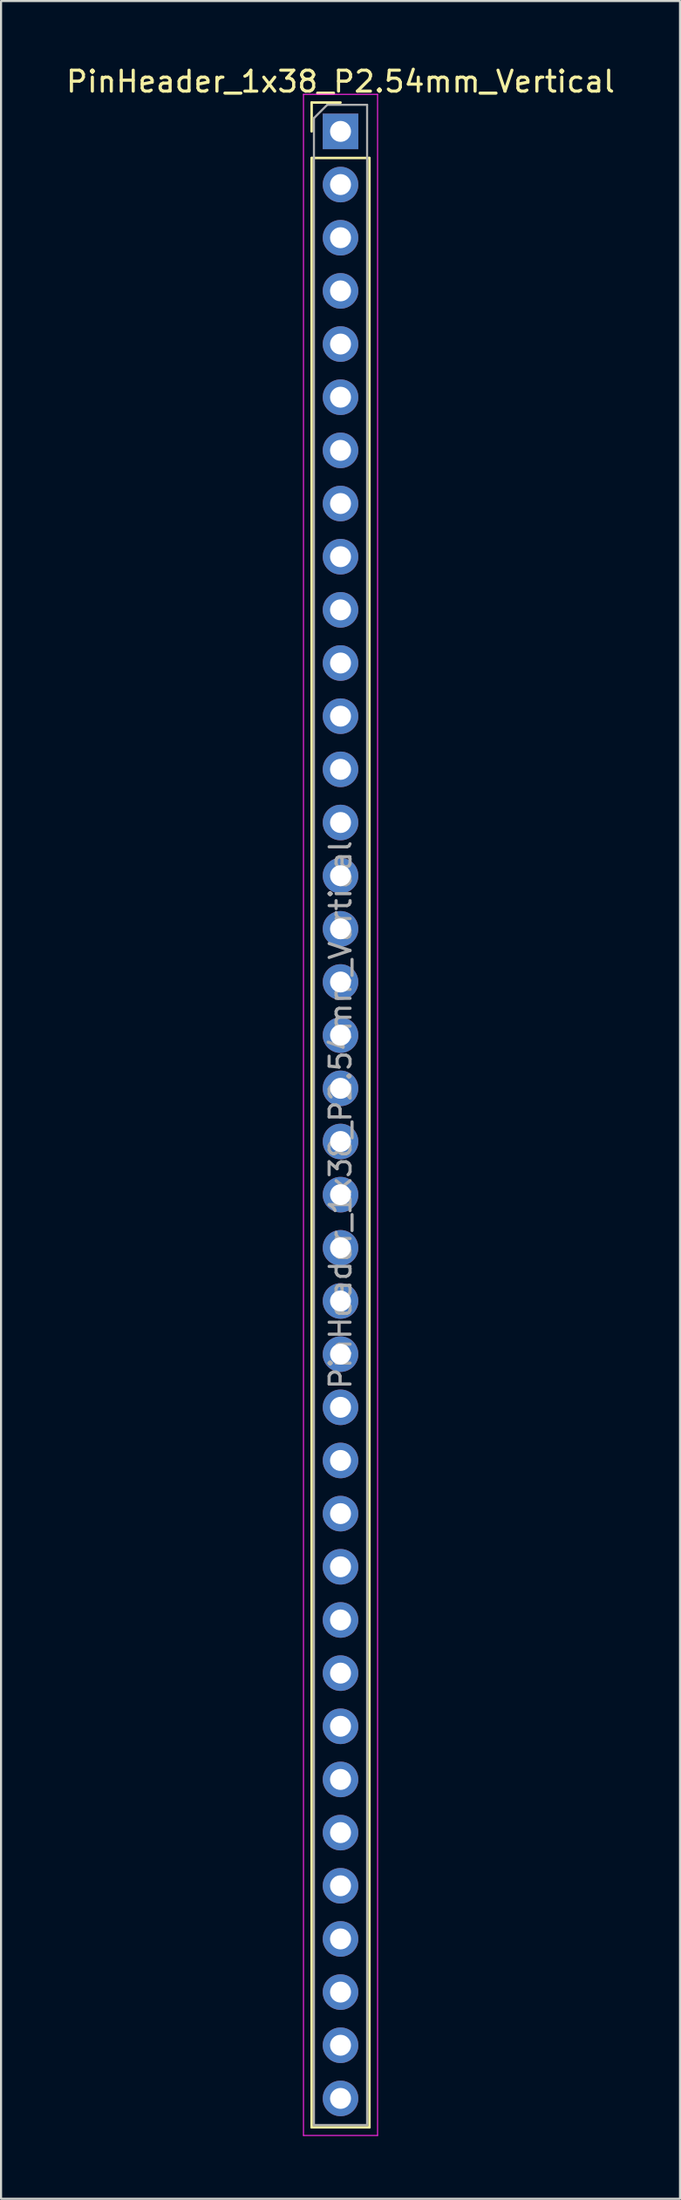
<source format=kicad_pcb>
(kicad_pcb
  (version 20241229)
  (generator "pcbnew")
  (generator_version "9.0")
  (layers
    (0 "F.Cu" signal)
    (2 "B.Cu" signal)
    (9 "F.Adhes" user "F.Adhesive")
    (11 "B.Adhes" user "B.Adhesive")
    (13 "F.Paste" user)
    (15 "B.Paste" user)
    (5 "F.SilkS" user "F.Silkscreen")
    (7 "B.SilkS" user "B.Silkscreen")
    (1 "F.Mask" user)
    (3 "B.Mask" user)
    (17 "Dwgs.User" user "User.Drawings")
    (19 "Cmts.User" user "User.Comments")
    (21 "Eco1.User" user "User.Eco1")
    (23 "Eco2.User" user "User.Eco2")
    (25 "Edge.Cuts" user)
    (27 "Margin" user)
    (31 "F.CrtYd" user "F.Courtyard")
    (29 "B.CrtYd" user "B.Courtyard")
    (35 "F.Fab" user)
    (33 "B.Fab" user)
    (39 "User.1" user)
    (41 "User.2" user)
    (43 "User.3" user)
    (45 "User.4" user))
  (footprint "PinHeader_1x38_P2.54mm_Vertical"
    (layer "F.Cu")
    (at 13.22 3.228)
    (property "Reference" "PinHeader_1x38_P2.54mm_Vertical" (at 0 -2.38 0) (layer "F.SilkS") (effects (font (size 1 1) (thickness 0.15))))
    (attr through_hole)
    (fp_line (start -1.38 -1.38) (end 0 -1.38) (stroke (width 0.12) (type solid)) (layer "F.SilkS"))
    (fp_line (start -1.38 0) (end -1.38 -1.38) (stroke (width 0.12) (type solid)) (layer "F.SilkS"))
    (fp_line (start -1.38 1.27) (end -1.38 95.36) (stroke (width 0.12) (type solid)) (layer "F.SilkS"))
    (fp_line (start -1.38 1.27) (end 1.38 1.27) (stroke (width 0.12) (type solid)) (layer "F.SilkS"))
    (fp_line (start -1.38 95.36) (end 1.38 95.36) (stroke (width 0.12) (type solid)) (layer "F.SilkS"))
    (fp_line (start 1.38 1.27) (end 1.38 95.36) (stroke (width 0.12) (type solid)) (layer "F.SilkS"))
    (fp_line (start -1.77 -1.77) (end -1.77 95.75) (stroke (width 0.05) (type solid)) (layer "F.CrtYd"))
    (fp_line (start -1.77 95.75) (end 1.77 95.75) (stroke (width 0.05) (type solid)) (layer "F.CrtYd"))
    (fp_line (start 1.77 -1.77) (end -1.77 -1.77) (stroke (width 0.05) (type solid)) (layer "F.CrtYd"))
    (fp_line (start 1.77 95.75) (end 1.77 -1.77) (stroke (width 0.05) (type solid)) (layer "F.CrtYd"))
    (fp_line (start -1.27 -0.635) (end -0.635 -1.27) (stroke (width 0.1) (type solid)) (layer "F.Fab"))
    (fp_line (start -1.27 95.25) (end -1.27 -0.635) (stroke (width 0.1) (type solid)) (layer "F.Fab"))
    (fp_line (start -0.635 -1.27) (end 1.27 -1.27) (stroke (width 0.1) (type solid)) (layer "F.Fab"))
    (fp_line (start 1.27 -1.27) (end 1.27 95.25) (stroke (width 0.1) (type solid)) (layer "F.Fab"))
    (fp_line (start 1.27 95.25) (end -1.27 95.25) (stroke (width 0.1) (type solid)) (layer "F.Fab"))
    (fp_text user "${REFERENCE}" (at 0 46.99 90) (layer "F.Fab") (effects (font (size 1 1) (thickness 0.15))))
    (pad "1" thru_hole rect (at 0 0) (size 1.7 1.7) (drill 1) (layers "*.Cu" "*.Mask"))
    (pad "2" thru_hole circle (at 0 2.54) (size 1.7 1.7) (drill 1) (layers "*.Cu" "*.Mask"))
    (pad "3" thru_hole circle (at 0 5.08) (size 1.7 1.7) (drill 1) (layers "*.Cu" "*.Mask"))
    (pad "4" thru_hole circle (at 0 7.62) (size 1.7 1.7) (drill 1) (layers "*.Cu" "*.Mask"))
    (pad "5" thru_hole circle (at 0 10.16) (size 1.7 1.7) (drill 1) (layers "*.Cu" "*.Mask"))
    (pad "6" thru_hole circle (at 0 12.7) (size 1.7 1.7) (drill 1) (layers "*.Cu" "*.Mask"))
    (pad "7" thru_hole circle (at 0 15.24) (size 1.7 1.7) (drill 1) (layers "*.Cu" "*.Mask"))
    (pad "8" thru_hole circle (at 0 17.78) (size 1.7 1.7) (drill 1) (layers "*.Cu" "*.Mask"))
    (pad "9" thru_hole circle (at 0 20.32) (size 1.7 1.7) (drill 1) (layers "*.Cu" "*.Mask"))
    (pad "10" thru_hole circle (at 0 22.86) (size 1.7 1.7) (drill 1) (layers "*.Cu" "*.Mask"))
    (pad "11" thru_hole circle (at 0 25.4) (size 1.7 1.7) (drill 1) (layers "*.Cu" "*.Mask"))
    (pad "12" thru_hole circle (at 0 27.94) (size 1.7 1.7) (drill 1) (layers "*.Cu" "*.Mask"))
    (pad "13" thru_hole circle (at 0 30.48) (size 1.7 1.7) (drill 1) (layers "*.Cu" "*.Mask"))
    (pad "14" thru_hole circle (at 0 33.02) (size 1.7 1.7) (drill 1) (layers "*.Cu" "*.Mask"))
    (pad "15" thru_hole circle (at 0 35.56) (size 1.7 1.7) (drill 1) (layers "*.Cu" "*.Mask"))
    (pad "16" thru_hole circle (at 0 38.1) (size 1.7 1.7) (drill 1) (layers "*.Cu" "*.Mask"))
    (pad "17" thru_hole circle (at 0 40.64) (size 1.7 1.7) (drill 1) (layers "*.Cu" "*.Mask"))
    (pad "18" thru_hole circle (at 0 43.18) (size 1.7 1.7) (drill 1) (layers "*.Cu" "*.Mask"))
    (pad "19" thru_hole circle (at 0 45.72) (size 1.7 1.7) (drill 1) (layers "*.Cu" "*.Mask"))
    (pad "20" thru_hole circle (at 0 48.26) (size 1.7 1.7) (drill 1) (layers "*.Cu" "*.Mask"))
    (pad "21" thru_hole circle (at 0 50.8) (size 1.7 1.7) (drill 1) (layers "*.Cu" "*.Mask"))
    (pad "22" thru_hole circle (at 0 53.34) (size 1.7 1.7) (drill 1) (layers "*.Cu" "*.Mask"))
    (pad "23" thru_hole circle (at 0 55.88) (size 1.7 1.7) (drill 1) (layers "*.Cu" "*.Mask"))
    (pad "24" thru_hole circle (at 0 58.42) (size 1.7 1.7) (drill 1) (layers "*.Cu" "*.Mask"))
    (pad "25" thru_hole circle (at 0 60.96) (size 1.7 1.7) (drill 1) (layers "*.Cu" "*.Mask"))
    (pad "26" thru_hole circle (at 0 63.5) (size 1.7 1.7) (drill 1) (layers "*.Cu" "*.Mask"))
    (pad "27" thru_hole circle (at 0 66.04) (size 1.7 1.7) (drill 1) (layers "*.Cu" "*.Mask"))
    (pad "28" thru_hole circle (at 0 68.58) (size 1.7 1.7) (drill 1) (layers "*.Cu" "*.Mask"))
    (pad "29" thru_hole circle (at 0 71.12) (size 1.7 1.7) (drill 1) (layers "*.Cu" "*.Mask"))
    (pad "30" thru_hole circle (at 0 73.66) (size 1.7 1.7) (drill 1) (layers "*.Cu" "*.Mask"))
    (pad "31" thru_hole circle (at 0 76.2) (size 1.7 1.7) (drill 1) (layers "*.Cu" "*.Mask"))
    (pad "32" thru_hole circle (at 0 78.74) (size 1.7 1.7) (drill 1) (layers "*.Cu" "*.Mask"))
    (pad "33" thru_hole circle (at 0 81.28) (size 1.7 1.7) (drill 1) (layers "*.Cu" "*.Mask"))
    (pad "34" thru_hole circle (at 0 83.82) (size 1.7 1.7) (drill 1) (layers "*.Cu" "*.Mask"))
    (pad "35" thru_hole circle (at 0 86.36) (size 1.7 1.7) (drill 1) (layers "*.Cu" "*.Mask"))
    (pad "36" thru_hole circle (at 0 88.9) (size 1.7 1.7) (drill 1) (layers "*.Cu" "*.Mask"))
    (pad "37" thru_hole circle (at 0 91.44) (size 1.7 1.7) (drill 1) (layers "*.Cu" "*.Mask"))
    (pad "38" thru_hole circle (at 0 93.98) (size 1.7 1.7) (drill 1) (layers "*.Cu" "*.Mask")))
  (gr_rect
    (start -3 -3)
    (end 29.44 102.003)
    (stroke (width 0.1) (type default))
    (fill no)
    (layer "Edge.Cuts")))
</source>
